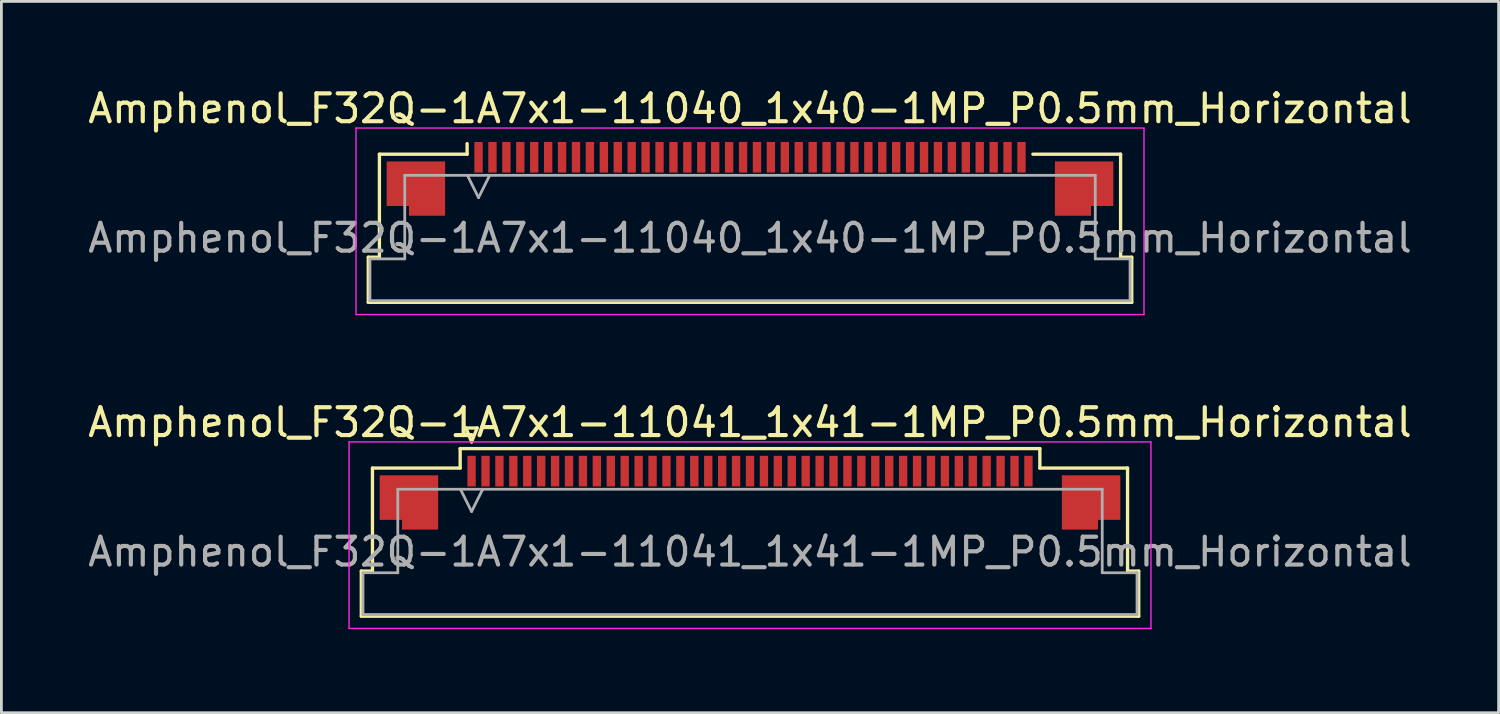
<source format=kicad_pcb>
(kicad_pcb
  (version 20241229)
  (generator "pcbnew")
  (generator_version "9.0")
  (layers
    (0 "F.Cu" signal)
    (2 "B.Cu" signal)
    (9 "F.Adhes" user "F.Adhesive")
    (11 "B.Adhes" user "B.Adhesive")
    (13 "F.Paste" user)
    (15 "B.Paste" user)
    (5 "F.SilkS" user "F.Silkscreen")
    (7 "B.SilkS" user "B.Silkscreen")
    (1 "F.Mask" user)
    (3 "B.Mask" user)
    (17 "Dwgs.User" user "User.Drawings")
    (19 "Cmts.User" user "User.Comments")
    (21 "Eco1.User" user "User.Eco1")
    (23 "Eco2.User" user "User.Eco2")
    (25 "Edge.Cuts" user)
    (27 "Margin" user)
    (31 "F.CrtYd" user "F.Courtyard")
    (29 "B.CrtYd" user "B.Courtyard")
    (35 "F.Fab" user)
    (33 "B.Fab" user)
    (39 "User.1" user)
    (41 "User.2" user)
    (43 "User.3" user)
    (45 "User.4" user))
  (footprint "Amphenol_F32Q-1A7x1-11041_1x41-1MP_P0.5mm_Horizontal"
    (layer "F.Cu")
    (at 23.887 16.771)
    (property "Reference" "Amphenol_F32Q-1A7x1-11041_1x41-1MP_P0.5mm_Horizontal" (at 0 -4.65 0) (layer "F.SilkS") (effects (font (size 1 1) (thickness 0.15))))
    (attr smd)
    (fp_line (start -13.96 0.69) (end -13.56 0.69) (stroke (width 0.12) (type solid)) (layer "F.SilkS"))
    (fp_line (start -13.96 2.31) (end -13.96 0.69) (stroke (width 0.12) (type solid)) (layer "F.SilkS"))
    (fp_line (start -13.56 -3.01) (end -10.41 -3.01) (stroke (width 0.12) (type solid)) (layer "F.SilkS"))
    (fp_line (start -13.56 0.69) (end -13.56 -3.01) (stroke (width 0.12) (type solid)) (layer "F.SilkS"))
    (fp_line (start -10.41 -3.71) (end 10.41 -3.71) (stroke (width 0.12) (type solid)) (layer "F.SilkS"))
    (fp_line (start -10.41 -3.01) (end -10.41 -3.71) (stroke (width 0.12) (type solid)) (layer "F.SilkS"))
    (fp_line (start -10.2 -4.45) (end -10 -3.95) (stroke (width 0.12) (type solid)) (layer "F.SilkS"))
    (fp_line (start -10 -3.95) (end -9.8 -4.45) (stroke (width 0.12) (type solid)) (layer "F.SilkS"))
    (fp_line (start -9.8 -4.45) (end -10.2 -4.45) (stroke (width 0.12) (type solid)) (layer "F.SilkS"))
    (fp_line (start 10.41 -3.71) (end 10.41 -3.01) (stroke (width 0.12) (type solid)) (layer "F.SilkS"))
    (fp_line (start 10.41 -3.01) (end 13.56 -3.01) (stroke (width 0.12) (type solid)) (layer "F.SilkS"))
    (fp_line (start 13.56 -3.01) (end 13.56 0.69) (stroke (width 0.12) (type solid)) (layer "F.SilkS"))
    (fp_line (start 13.56 0.69) (end 13.96 0.69) (stroke (width 0.12) (type solid)) (layer "F.SilkS"))
    (fp_line (start 13.96 0.69) (end 13.96 2.31) (stroke (width 0.12) (type solid)) (layer "F.SilkS"))
    (fp_line (start 13.96 2.31) (end -13.96 2.31) (stroke (width 0.12) (type solid)) (layer "F.SilkS"))
    (fp_line (start -14.4 -3.95) (end -14.4 2.75) (stroke (width 0.05) (type solid)) (layer "F.CrtYd"))
    (fp_line (start -14.4 2.75) (end 14.4 2.75) (stroke (width 0.05) (type solid)) (layer "F.CrtYd"))
    (fp_line (start 14.4 -3.95) (end -14.4 -3.95) (stroke (width 0.05) (type solid)) (layer "F.CrtYd"))
    (fp_line (start 14.4 2.75) (end 14.4 -3.95) (stroke (width 0.05) (type solid)) (layer "F.CrtYd"))
    (fp_line (start -13.9 0.75) (end -12.65 0.75) (stroke (width 0.1) (type solid)) (layer "F.Fab"))
    (fp_line (start -13.9 2.25) (end -13.9 0.75) (stroke (width 0.1) (type solid)) (layer "F.Fab"))
    (fp_line (start -12.65 -2.25) (end 12.65 -2.25) (stroke (width 0.1) (type solid)) (layer "F.Fab"))
    (fp_line (start -12.65 0.75) (end -12.65 -2.25) (stroke (width 0.1) (type solid)) (layer "F.Fab"))
    (fp_line (start -10.4 -2.25) (end -10 -1.45) (stroke (width 0.1) (type solid)) (layer "F.Fab"))
    (fp_line (start -10 -1.45) (end -9.6 -2.25) (stroke (width 0.1) (type solid)) (layer "F.Fab"))
    (fp_line (start 12.65 -2.25) (end 12.65 0.75) (stroke (width 0.1) (type solid)) (layer "F.Fab"))
    (fp_line (start 12.65 0.75) (end 13.9 0.75) (stroke (width 0.1) (type solid)) (layer "F.Fab"))
    (fp_line (start 13.9 0.75) (end 13.9 2.25) (stroke (width 0.1) (type solid)) (layer "F.Fab"))
    (fp_line (start 13.9 2.25) (end -13.9 2.25) (stroke (width 0.1) (type solid)) (layer "F.Fab"))
    (fp_text user "${REFERENCE}" (at 0 0 0) (layer "F.Fab") (effects (font (size 1 1) (thickness 0.15))))
    (pad "1" smd rect (at -10 -2.9) (size 0.3 1.1) (layers "F.Cu" "F.Mask" "F.Paste"))
    (pad "2" smd rect (at -9.5 -2.9) (size 0.3 1.1) (layers "F.Cu" "F.Mask" "F.Paste"))
    (pad "3" smd rect (at -9 -2.9) (size 0.3 1.1) (layers "F.Cu" "F.Mask" "F.Paste"))
    (pad "4" smd rect (at -8.5 -2.9) (size 0.3 1.1) (layers "F.Cu" "F.Mask" "F.Paste"))
    (pad "5" smd rect (at -8 -2.9) (size 0.3 1.1) (layers "F.Cu" "F.Mask" "F.Paste"))
    (pad "6" smd rect (at -7.5 -2.9) (size 0.3 1.1) (layers "F.Cu" "F.Mask" "F.Paste"))
    (pad "7" smd rect (at -7 -2.9) (size 0.3 1.1) (layers "F.Cu" "F.Mask" "F.Paste"))
    (pad "8" smd rect (at -6.5 -2.9) (size 0.3 1.1) (layers "F.Cu" "F.Mask" "F.Paste"))
    (pad "9" smd rect (at -6 -2.9) (size 0.3 1.1) (layers "F.Cu" "F.Mask" "F.Paste"))
    (pad "10" smd rect (at -5.5 -2.9) (size 0.3 1.1) (layers "F.Cu" "F.Mask" "F.Paste"))
    (pad "11" smd rect (at -5 -2.9) (size 0.3 1.1) (layers "F.Cu" "F.Mask" "F.Paste"))
    (pad "12" smd rect (at -4.5 -2.9) (size 0.3 1.1) (layers "F.Cu" "F.Mask" "F.Paste"))
    (pad "13" smd rect (at -4 -2.9) (size 0.3 1.1) (layers "F.Cu" "F.Mask" "F.Paste"))
    (pad "14" smd rect (at -3.5 -2.9) (size 0.3 1.1) (layers "F.Cu" "F.Mask" "F.Paste"))
    (pad "15" smd rect (at -3 -2.9) (size 0.3 1.1) (layers "F.Cu" "F.Mask" "F.Paste"))
    (pad "16" smd rect (at -2.5 -2.9) (size 0.3 1.1) (layers "F.Cu" "F.Mask" "F.Paste"))
    (pad "17" smd rect (at -2 -2.9) (size 0.3 1.1) (layers "F.Cu" "F.Mask" "F.Paste"))
    (pad "18" smd rect (at -1.5 -2.9) (size 0.3 1.1) (layers "F.Cu" "F.Mask" "F.Paste"))
    (pad "19" smd rect (at -1 -2.9) (size 0.3 1.1) (layers "F.Cu" "F.Mask" "F.Paste"))
    (pad "20" smd rect (at -0.5 -2.9) (size 0.3 1.1) (layers "F.Cu" "F.Mask" "F.Paste"))
    (pad "21" smd rect (at 0 -2.9) (size 0.3 1.1) (layers "F.Cu" "F.Mask" "F.Paste"))
    (pad "22" smd rect (at 0.5 -2.9) (size 0.3 1.1) (layers "F.Cu" "F.Mask" "F.Paste"))
    (pad "23" smd rect (at 1 -2.9) (size 0.3 1.1) (layers "F.Cu" "F.Mask" "F.Paste"))
    (pad "24" smd rect (at 1.5 -2.9) (size 0.3 1.1) (layers "F.Cu" "F.Mask" "F.Paste"))
    (pad "25" smd rect (at 2 -2.9) (size 0.3 1.1) (layers "F.Cu" "F.Mask" "F.Paste"))
    (pad "26" smd rect (at 2.5 -2.9) (size 0.3 1.1) (layers "F.Cu" "F.Mask" "F.Paste"))
    (pad "27" smd rect (at 3 -2.9) (size 0.3 1.1) (layers "F.Cu" "F.Mask" "F.Paste"))
    (pad "28" smd rect (at 3.5 -2.9) (size 0.3 1.1) (layers "F.Cu" "F.Mask" "F.Paste"))
    (pad "29" smd rect (at 4 -2.9) (size 0.3 1.1) (layers "F.Cu" "F.Mask" "F.Paste"))
    (pad "30" smd rect (at 4.5 -2.9) (size 0.3 1.1) (layers "F.Cu" "F.Mask" "F.Paste"))
    (pad "31" smd rect (at 5 -2.9) (size 0.3 1.1) (layers "F.Cu" "F.Mask" "F.Paste"))
    (pad "32" smd rect (at 5.5 -2.9) (size 0.3 1.1) (layers "F.Cu" "F.Mask" "F.Paste"))
    (pad "33" smd rect (at 6 -2.9) (size 0.3 1.1) (layers "F.Cu" "F.Mask" "F.Paste"))
    (pad "34" smd rect (at 6.5 -2.9) (size 0.3 1.1) (layers "F.Cu" "F.Mask" "F.Paste"))
    (pad "35" smd rect (at 7 -2.9) (size 0.3 1.1) (layers "F.Cu" "F.Mask" "F.Paste"))
    (pad "36" smd rect (at 7.5 -2.9) (size 0.3 1.1) (layers "F.Cu" "F.Mask" "F.Paste"))
    (pad "37" smd rect (at 8 -2.9) (size 0.3 1.1) (layers "F.Cu" "F.Mask" "F.Paste"))
    (pad "38" smd rect (at 8.5 -2.9) (size 0.3 1.1) (layers "F.Cu" "F.Mask" "F.Paste"))
    (pad "39" smd rect (at 9 -2.9) (size 0.3 1.1) (layers "F.Cu" "F.Mask" "F.Paste"))
    (pad "40" smd rect (at 9.5 -2.9) (size 0.3 1.1) (layers "F.Cu" "F.Mask" "F.Paste"))
    (pad "41" smd rect (at 10 -2.9) (size 0.3 1.1) (layers "F.Cu" "F.Mask" "F.Paste"))
    (pad "MP" smd custom (at -12.25 -1.775) (size 1 1) (layers "F.Cu" "F.Mask" "F.Paste") (options (anchor circle)) (primitives (gr_poly (pts (xy 1.05 -0.975) (xy 1.05 0.975) (xy -0.25 0.975) (xy -0.25 0.625) (xy -1.05 0.625) (xy -1.05 -0.975) (xy 1.05 -0.975)) (width 0) (fill yes))))
    (pad "MP" smd custom (at 12.25 -1.775) (size 1 1) (layers "F.Cu" "F.Mask" "F.Paste") (options (anchor circle)) (primitives (gr_poly (pts (xy -1.05 -0.975) (xy -1.05 0.975) (xy 0.25 0.975) (xy 0.25 0.625) (xy 1.05 0.625) (xy 1.05 -0.975) (xy -1.05 -0.975)) (width 0) (fill yes)))))
  (footprint "Amphenol_F32Q-1A7x1-11040_1x40-1MP_P0.5mm_Horizontal"
    (layer "F.Cu")
    (at 23.887 5.498)
    (property "Reference" "Amphenol_F32Q-1A7x1-11040_1x40-1MP_P0.5mm_Horizontal" (at 0 -4.65 0) (layer "F.SilkS") (effects (font (size 1 1) (thickness 0.15))))
    (attr smd)
    (fp_line (start -13.71 0.69) (end -13.31 0.69) (stroke (width 0.12) (type solid)) (layer "F.SilkS"))
    (fp_line (start -13.71 2.31) (end -13.71 0.69) (stroke (width 0.12) (type solid)) (layer "F.SilkS"))
    (fp_line (start -13.31 -3.01) (end -10.16 -3.01) (stroke (width 0.12) (type solid)) (layer "F.SilkS"))
    (fp_line (start -13.31 0.69) (end -13.31 -3.01) (stroke (width 0.12) (type solid)) (layer "F.SilkS"))
    (fp_line (start -10.16 -3.01) (end -10.16 -3.39) (stroke (width 0.12) (type solid)) (layer "F.SilkS"))
    (fp_line (start 10.16 -3.01) (end 13.31 -3.01) (stroke (width 0.12) (type solid)) (layer "F.SilkS"))
    (fp_line (start 13.31 -3.01) (end 13.31 0.69) (stroke (width 0.12) (type solid)) (layer "F.SilkS"))
    (fp_line (start 13.31 0.69) (end 13.71 0.69) (stroke (width 0.12) (type solid)) (layer "F.SilkS"))
    (fp_line (start 13.71 0.69) (end 13.71 2.31) (stroke (width 0.12) (type solid)) (layer "F.SilkS"))
    (fp_line (start 13.71 2.31) (end -13.71 2.31) (stroke (width 0.12) (type solid)) (layer "F.SilkS"))
    (fp_line (start -14.15 -3.95) (end -14.15 2.75) (stroke (width 0.05) (type solid)) (layer "F.CrtYd"))
    (fp_line (start -14.15 2.75) (end 14.15 2.75) (stroke (width 0.05) (type solid)) (layer "F.CrtYd"))
    (fp_line (start 14.15 -3.95) (end -14.15 -3.95) (stroke (width 0.05) (type solid)) (layer "F.CrtYd"))
    (fp_line (start 14.15 2.75) (end 14.15 -3.95) (stroke (width 0.05) (type solid)) (layer "F.CrtYd"))
    (fp_line (start -13.65 0.75) (end -12.4 0.75) (stroke (width 0.1) (type solid)) (layer "F.Fab"))
    (fp_line (start -13.65 2.25) (end -13.65 0.75) (stroke (width 0.1) (type solid)) (layer "F.Fab"))
    (fp_line (start -12.4 -2.25) (end 12.4 -2.25) (stroke (width 0.1) (type solid)) (layer "F.Fab"))
    (fp_line (start -12.4 0.75) (end -12.4 -2.25) (stroke (width 0.1) (type solid)) (layer "F.Fab"))
    (fp_line (start -10.15 -2.25) (end -9.75 -1.45) (stroke (width 0.1) (type solid)) (layer "F.Fab"))
    (fp_line (start -9.75 -1.45) (end -9.35 -2.25) (stroke (width 0.1) (type solid)) (layer "F.Fab"))
    (fp_line (start 12.4 -2.25) (end 12.4 0.75) (stroke (width 0.1) (type solid)) (layer "F.Fab"))
    (fp_line (start 12.4 0.75) (end 13.65 0.75) (stroke (width 0.1) (type solid)) (layer "F.Fab"))
    (fp_line (start 13.65 0.75) (end 13.65 2.25) (stroke (width 0.1) (type solid)) (layer "F.Fab"))
    (fp_line (start 13.65 2.25) (end -13.65 2.25) (stroke (width 0.1) (type solid)) (layer "F.Fab"))
    (fp_text user "${REFERENCE}" (at 0 0 0) (layer "F.Fab") (effects (font (size 1 1) (thickness 0.15))))
    (pad "1" smd rect (at -9.75 -2.9) (size 0.3 1.1) (layers "F.Cu" "F.Mask" "F.Paste"))
    (pad "2" smd rect (at -9.25 -2.9) (size 0.3 1.1) (layers "F.Cu" "F.Mask" "F.Paste"))
    (pad "3" smd rect (at -8.75 -2.9) (size 0.3 1.1) (layers "F.Cu" "F.Mask" "F.Paste"))
    (pad "4" smd rect (at -8.25 -2.9) (size 0.3 1.1) (layers "F.Cu" "F.Mask" "F.Paste"))
    (pad "5" smd rect (at -7.75 -2.9) (size 0.3 1.1) (layers "F.Cu" "F.Mask" "F.Paste"))
    (pad "6" smd rect (at -7.25 -2.9) (size 0.3 1.1) (layers "F.Cu" "F.Mask" "F.Paste"))
    (pad "7" smd rect (at -6.75 -2.9) (size 0.3 1.1) (layers "F.Cu" "F.Mask" "F.Paste"))
    (pad "8" smd rect (at -6.25 -2.9) (size 0.3 1.1) (layers "F.Cu" "F.Mask" "F.Paste"))
    (pad "9" smd rect (at -5.75 -2.9) (size 0.3 1.1) (layers "F.Cu" "F.Mask" "F.Paste"))
    (pad "10" smd rect (at -5.25 -2.9) (size 0.3 1.1) (layers "F.Cu" "F.Mask" "F.Paste"))
    (pad "11" smd rect (at -4.75 -2.9) (size 0.3 1.1) (layers "F.Cu" "F.Mask" "F.Paste"))
    (pad "12" smd rect (at -4.25 -2.9) (size 0.3 1.1) (layers "F.Cu" "F.Mask" "F.Paste"))
    (pad "13" smd rect (at -3.75 -2.9) (size 0.3 1.1) (layers "F.Cu" "F.Mask" "F.Paste"))
    (pad "14" smd rect (at -3.25 -2.9) (size 0.3 1.1) (layers "F.Cu" "F.Mask" "F.Paste"))
    (pad "15" smd rect (at -2.75 -2.9) (size 0.3 1.1) (layers "F.Cu" "F.Mask" "F.Paste"))
    (pad "16" smd rect (at -2.25 -2.9) (size 0.3 1.1) (layers "F.Cu" "F.Mask" "F.Paste"))
    (pad "17" smd rect (at -1.75 -2.9) (size 0.3 1.1) (layers "F.Cu" "F.Mask" "F.Paste"))
    (pad "18" smd rect (at -1.25 -2.9) (size 0.3 1.1) (layers "F.Cu" "F.Mask" "F.Paste"))
    (pad "19" smd rect (at -0.75 -2.9) (size 0.3 1.1) (layers "F.Cu" "F.Mask" "F.Paste"))
    (pad "20" smd rect (at -0.25 -2.9) (size 0.3 1.1) (layers "F.Cu" "F.Mask" "F.Paste"))
    (pad "21" smd rect (at 0.25 -2.9) (size 0.3 1.1) (layers "F.Cu" "F.Mask" "F.Paste"))
    (pad "22" smd rect (at 0.75 -2.9) (size 0.3 1.1) (layers "F.Cu" "F.Mask" "F.Paste"))
    (pad "23" smd rect (at 1.25 -2.9) (size 0.3 1.1) (layers "F.Cu" "F.Mask" "F.Paste"))
    (pad "24" smd rect (at 1.75 -2.9) (size 0.3 1.1) (layers "F.Cu" "F.Mask" "F.Paste"))
    (pad "25" smd rect (at 2.25 -2.9) (size 0.3 1.1) (layers "F.Cu" "F.Mask" "F.Paste"))
    (pad "26" smd rect (at 2.75 -2.9) (size 0.3 1.1) (layers "F.Cu" "F.Mask" "F.Paste"))
    (pad "27" smd rect (at 3.25 -2.9) (size 0.3 1.1) (layers "F.Cu" "F.Mask" "F.Paste"))
    (pad "28" smd rect (at 3.75 -2.9) (size 0.3 1.1) (layers "F.Cu" "F.Mask" "F.Paste"))
    (pad "29" smd rect (at 4.25 -2.9) (size 0.3 1.1) (layers "F.Cu" "F.Mask" "F.Paste"))
    (pad "30" smd rect (at 4.75 -2.9) (size 0.3 1.1) (layers "F.Cu" "F.Mask" "F.Paste"))
    (pad "31" smd rect (at 5.25 -2.9) (size 0.3 1.1) (layers "F.Cu" "F.Mask" "F.Paste"))
    (pad "32" smd rect (at 5.75 -2.9) (size 0.3 1.1) (layers "F.Cu" "F.Mask" "F.Paste"))
    (pad "33" smd rect (at 6.25 -2.9) (size 0.3 1.1) (layers "F.Cu" "F.Mask" "F.Paste"))
    (pad "34" smd rect (at 6.75 -2.9) (size 0.3 1.1) (layers "F.Cu" "F.Mask" "F.Paste"))
    (pad "35" smd rect (at 7.25 -2.9) (size 0.3 1.1) (layers "F.Cu" "F.Mask" "F.Paste"))
    (pad "36" smd rect (at 7.75 -2.9) (size 0.3 1.1) (layers "F.Cu" "F.Mask" "F.Paste"))
    (pad "37" smd rect (at 8.25 -2.9) (size 0.3 1.1) (layers "F.Cu" "F.Mask" "F.Paste"))
    (pad "38" smd rect (at 8.75 -2.9) (size 0.3 1.1) (layers "F.Cu" "F.Mask" "F.Paste"))
    (pad "39" smd rect (at 9.25 -2.9) (size 0.3 1.1) (layers "F.Cu" "F.Mask" "F.Paste"))
    (pad "40" smd rect (at 9.75 -2.9) (size 0.3 1.1) (layers "F.Cu" "F.Mask" "F.Paste"))
    (pad "MP" smd custom (at -12 -1.775) (size 1 1) (layers "F.Cu" "F.Mask" "F.Paste") (options (anchor circle)) (primitives (gr_poly (pts (xy 1.05 -0.975) (xy 1.05 0.975) (xy -0.25 0.975) (xy -0.25 0.625) (xy -1.05 0.625) (xy -1.05 -0.975) (xy 1.05 -0.975)) (width 0) (fill yes))))
    (pad "MP" smd custom (at 12 -1.775) (size 1 1) (layers "F.Cu" "F.Mask" "F.Paste") (options (anchor circle)) (primitives (gr_poly (pts (xy -1.05 -0.975) (xy -1.05 0.975) (xy 0.25 0.975) (xy 0.25 0.625) (xy 1.05 0.625) (xy 1.05 -0.975) (xy -1.05 -0.975)) (width 0) (fill yes)))))
  (gr_rect
    (start -3 -3)
    (end 50.774 22.547)
    (stroke (width 0.1) (type default))
    (fill no)
    (layer "Edge.Cuts")))
</source>
